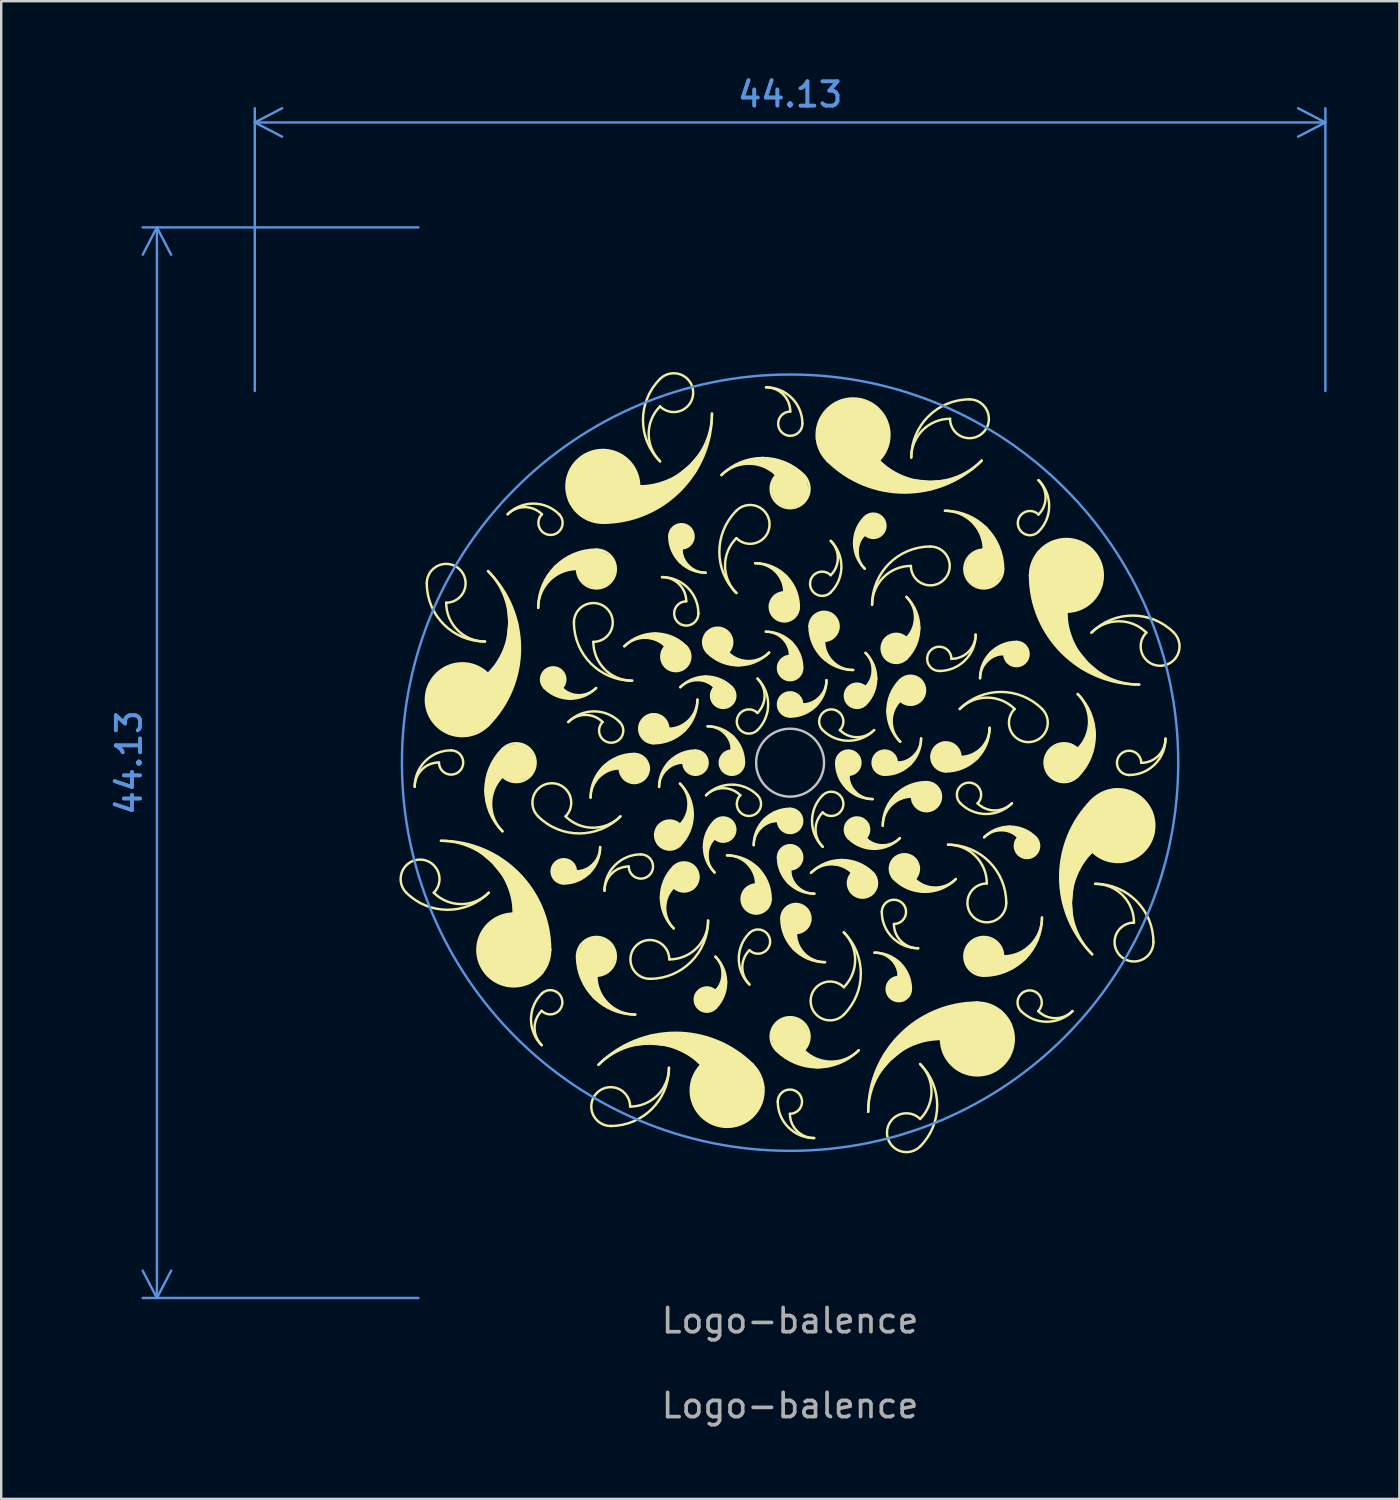
<source format=kicad_pcb>
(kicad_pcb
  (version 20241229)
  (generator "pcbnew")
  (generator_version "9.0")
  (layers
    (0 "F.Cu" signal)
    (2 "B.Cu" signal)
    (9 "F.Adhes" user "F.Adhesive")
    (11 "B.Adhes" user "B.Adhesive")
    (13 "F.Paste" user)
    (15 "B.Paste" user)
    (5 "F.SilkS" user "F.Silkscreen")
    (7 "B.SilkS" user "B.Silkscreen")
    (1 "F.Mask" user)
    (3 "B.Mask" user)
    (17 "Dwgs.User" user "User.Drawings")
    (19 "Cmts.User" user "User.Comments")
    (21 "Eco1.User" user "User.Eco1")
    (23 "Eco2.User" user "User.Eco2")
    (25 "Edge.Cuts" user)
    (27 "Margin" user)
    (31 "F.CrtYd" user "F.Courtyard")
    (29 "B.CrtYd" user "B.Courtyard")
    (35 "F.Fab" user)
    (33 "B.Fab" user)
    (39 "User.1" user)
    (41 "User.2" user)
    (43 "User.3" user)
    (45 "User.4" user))
  (footprint "Logo-balence"
    (layer "F.Cu")
    (at 29.518 28.388)
    (property "Reference" "Logo-balence" (at 0 23 0) (unlocked yes) (layer "F.Fab") (effects (font (size 1 1) (thickness 0.15))))
    (attr smd)
    (fp_arc (start -15.817978 5.360838) (mid -15.252293 3.995154) (end -14.686608 5.360838) (stroke (width 0.1) (type default)) (layer "F.SilkS"))
    (fp_arc (start -15.473553 0.992447) (mid -15.18066 0.28534) (end -14.473553 -0.007553) (stroke (width 0.1) (type default)) (layer "F.SilkS"))
    (fp_arc (start -15.473553 0.992447) (mid -15.034213 -0.068213) (end -13.973553 -0.507553) (stroke (width 0.1) (type default)) (layer "F.SilkS"))
    (fp_arc (start -14.975685 -7.394315) (mid -13.61 -7.96) (end -14.175685 -6.594315) (stroke (width 0.1) (type default)) (layer "F.SilkS"))
    (fp_arc (start -14.39 3.22) (mid -12.26868 4.09868) (end -11.39 6.22) (stroke (width 0.1) (type default)) (layer "F.SilkS"))
    (fp_arc (start -14.39 3.22) (mid -11.208019 4.538019) (end -9.89 7.72) (stroke (width 0.1) (type default)) (layer "F.SilkS"))
    (fp_arc (start -13.973553 -0.507553) (mid -13.62 0.346) (end -14.473553 -0.007553) (stroke (width 0.1) (type default)) (layer "F.SilkS"))
    (fp_arc (start -12.575685 -4.994315) (mid -14.272741 -5.697259) (end -14.975685 -7.394315) (stroke (width 0.1) (type default)) (layer "F.SilkS"))
    (fp_arc (start -12.575685 -4.994314) (mid -13.707057 -5.462943) (end -14.175686 -6.594315) (stroke (width 0.1) (type default)) (layer "F.SilkS"))
    (fp_arc (start -12.452151 -7.898382) (mid -11.573471 -5.777062) (end -12.452151 -3.655742) (stroke (width 0.1) (type default)) (layer "F.SilkS"))
    (fp_arc (start -12.452151 -1.534422) (mid -15.012811 -2.595081) (end -12.452152 -3.655743) (stroke (width 0.1) (type default)) (layer "F.SilkS"))
    (fp_arc (start -12.45215 -7.898383) (mid -11.13413 -4.716402) (end -12.45215 -1.534421) (stroke (width 0.1) (type default)) (layer "F.SilkS"))
    (fp_arc (start -12.423866 5.360838) (mid -14.120922 6.063782) (end -15.817978 5.360838) (stroke (width 0.1) (type default)) (layer "F.SilkS"))
    (fp_arc (start -12.423865 5.360839) (mid -13.555237 5.829469) (end -14.686609 5.360839) (stroke (width 0.1) (type default)) (layer "F.SilkS"))
    (fp_arc (start -11.855685 2.828428) (mid -12.324315 1.697056) (end -11.855685 0.565684) (stroke (width 0.1) (type default)) (layer "F.SilkS"))
    (fp_arc (start -11.855684 -0.565685) (mid -10.49 0) (end -11.855684 0.565685) (stroke (width 0.1) (type default)) (layer "F.SilkS"))
    (fp_arc (start -11.855684 2.828427) (mid -12.558628 1.131371) (end -11.855684 -0.565685) (stroke (width 0.1) (type default)) (layer "F.SilkS"))
    (fp_arc (start -11.64322 -10.239689) (mid -10.58256 -10.679028) (end -9.5219 -10.239689) (stroke (width 0.1) (type default)) (layer "F.SilkS"))
    (fp_arc (start -11.64322 -10.239688) (mid -10.936113 -10.532582) (end -10.229006 -10.239688) (stroke (width 0.1) (type default)) (layer "F.SilkS"))
    (fp_arc (start -10.387398 2.213244) (mid -9.821713 0.84756) (end -9.256028 2.213244) (stroke (width 0.1) (type default)) (layer "F.SilkS"))
    (fp_arc (start -10.383236 -6.383234) (mid -9.914607 -7.514607) (end -8.783234 -7.983236) (stroke (width 0.1) (type default)) (layer "F.SilkS"))
    (fp_arc (start -10.383235 -6.383234) (mid -9.680292 -8.080291) (end -7.983235 -8.783234) (stroke (width 0.1) (type default)) (layer "F.SilkS"))
    (fp_arc (start -10.239689 11.64322) (mid -10.679028 10.58256) (end -10.239689 9.5219) (stroke (width 0.1) (type default)) (layer "F.SilkS"))
    (fp_arc (start -10.239688 9.5219) (mid -9.386136 9.875453) (end -10.239688 10.229006) (stroke (width 0.1) (type default)) (layer "F.SilkS"))
    (fp_arc (start -10.239688 11.64322) (mid -10.532582 10.936113) (end -10.239688 10.229006) (stroke (width 0.1) (type default)) (layer "F.SilkS"))
    (fp_arc (start -10.118625 -3.076474) (mid -9.765072 -3.930026) (end -9.411519 -3.076474) (stroke (width 0.1) (type default)) (layer "F.SilkS"))
    (fp_arc (start -9.89 7.72) (mid -12.45066 8.780661) (end -11.390001 6.22) (stroke (width 0.1) (type default)) (layer "F.SilkS"))
    (fp_arc (start -9.5219 -10.239688) (mid -9.875453 -9.386136) (end -10.229006 -10.239688) (stroke (width 0.1) (type default)) (layer "F.SilkS"))
    (fp_arc (start -9.330344 4.979553) (mid -9.683897 4.126) (end -8.830344 4.479553) (stroke (width 0.1) (type default)) (layer "F.SilkS"))
    (fp_arc (start -9.142891 -1.675843) (mid -8.435784 -1.968736) (end -7.728677 -1.675843) (stroke (width 0.1) (type default)) (layer "F.SilkS"))
    (fp_arc (start -9.142891 -1.675843) (mid -8.082231 -2.115182) (end -7.021571 -1.675843) (stroke (width 0.1) (type default)) (layer "F.SilkS"))
    (fp_arc (start -8.91 -5.78) (mid -7.544315 -6.345685) (end -8.11 -4.98) (stroke (width 0.1) (type default)) (layer "F.SilkS"))
    (fp_arc (start -8.783234 7.983235) (mid -7.41755 7.41755) (end -7.983235 8.783234) (stroke (width 0.1) (type default)) (layer "F.SilkS"))
    (fp_arc (start -8.223251 1.438873) (mid -7.696043 0.166081) (end -6.423251 -0.361127) (stroke (width 0.1) (type default)) (layer "F.SilkS"))
    (fp_arc (start -8.22325 1.438873) (mid -7.871778 0.590345) (end -7.02325 0.238873) (stroke (width 0.1) (type default)) (layer "F.SilkS"))
    (fp_arc (start -7.997305 -3.076474) (mid -8.704412 -2.783581) (end -9.411519 -3.076474) (stroke (width 0.1) (type default)) (layer "F.SilkS"))
    (fp_arc (start -7.997305 -3.076473) (mid -9.057965 -2.637134) (end -10.118625 -3.076473) (stroke (width 0.1) (type default)) (layer "F.SilkS"))
    (fp_arc (start -7.983235 -8.783234) (mid -7.41755 -7.41755) (end -8.783234 -7.983235) (stroke (width 0.1) (type default)) (layer "F.SilkS"))
    (fp_arc (start -7.898383 12.45215) (mid -4.716402 11.13413) (end -1.534421 12.45215) (stroke (width 0.1) (type default)) (layer "F.SilkS"))
    (fp_arc (start -7.898382 12.452151) (mid -5.777062 11.573471) (end -3.655742 12.452151) (stroke (width 0.1) (type default)) (layer "F.SilkS"))
    (fp_arc (start -7.830344 3.479553) (mid -8.269684 4.540213) (end -9.330344 4.979553) (stroke (width 0.1) (type default)) (layer "F.SilkS"))
    (fp_arc (start -7.830344 3.479553) (mid -8.123237 4.18666) (end -8.830344 4.479553) (stroke (width 0.1) (type default)) (layer "F.SilkS"))
    (fp_arc (start -7.72 -9.89) (mid -8.780661 -12.45066) (end -6.22 -11.390001) (stroke (width 0.1) (type default)) (layer "F.SilkS"))
    (fp_arc (start -7.65 5.28) (mid -7.357107 4.572893) (end -6.65 4.28) (stroke (width 0.1) (type default)) (layer "F.SilkS"))
    (fp_arc (start -7.65 5.28) (mid -7.21066 4.21934) (end -6.15 3.78) (stroke (width 0.1) (type default)) (layer "F.SilkS"))
    (fp_arc (start -7.394315 14.975685) (mid -7.96 13.61) (end -6.594315 14.175685) (stroke (width 0.1) (type default)) (layer "F.SilkS"))
    (fp_arc (start -7.021571 -1.675843) (mid -7.375124 -0.822291) (end -7.728677 -1.675843) (stroke (width 0.1) (type default)) (layer "F.SilkS"))
    (fp_arc (start -6.993286 2.213244) (mid -8.690342 2.916188) (end -10.387398 2.213244) (stroke (width 0.1) (type default)) (layer "F.SilkS"))
    (fp_arc (start -6.993285 2.213245) (mid -8.124657 2.681875) (end -9.256029 2.213245) (stroke (width 0.1) (type default)) (layer "F.SilkS"))
    (fp_arc (start -6.832153 -4.79728) (mid -5.559361 -5.324487) (end -4.286569 -4.79728) (stroke (width 0.1) (type default)) (layer "F.SilkS"))
    (fp_arc (start -6.832153 -4.797279) (mid -5.983625 -5.148751) (end -5.135097 -4.797279) (stroke (width 0.1) (type default)) (layer "F.SilkS"))
    (fp_arc (start -6.51 -3.38) (mid -8.207056 -4.082944) (end -8.91 -5.78) (stroke (width 0.1) (type default)) (layer "F.SilkS"))
    (fp_arc (start -6.51 -3.379999) (mid -7.641372 -3.848628) (end -8.110001 -4.98) (stroke (width 0.1) (type default)) (layer "F.SilkS"))
    (fp_arc (start -6.42325 -0.361127) (mid -5.998986 0.663137) (end -7.02325 0.238873) (stroke (width 0.1) (type default)) (layer "F.SilkS"))
    (fp_arc (start -6.383234 10.383235) (mid -8.080291 9.680292) (end -8.783234 7.983235) (stroke (width 0.1) (type default)) (layer "F.SilkS"))
    (fp_arc (start -6.383234 10.383236) (mid -7.514607 9.914607) (end -7.983236 8.783234) (stroke (width 0.1) (type default)) (layer "F.SilkS"))
    (fp_arc (start -6.15 3.78) (mid -5.796447 4.633553) (end -6.65 4.28) (stroke (width 0.1) (type default)) (layer "F.SilkS"))
    (fp_arc (start -5.78 8.91) (mid -6.345685 7.544315) (end -4.98 8.11) (stroke (width 0.1) (type default)) (layer "F.SilkS"))
    (fp_arc (start -5.62 -0.8) (mid -6.044264 -1.824264) (end -5.02 -1.4) (stroke (width 0.1) (type default)) (layer "F.SilkS"))
    (fp_arc (start -5.4 1) (mid -5.107107 0.292893) (end -4.4 0) (stroke (width 0.1) (type default)) (layer "F.SilkS"))
    (fp_arc (start -5.4 1) (mid -4.96066 -0.06066) (end -3.9 -0.5) (stroke (width 0.1) (type default)) (layer "F.SilkS"))
    (fp_arc (start -5.360839 -12.423865) (mid -5.829469 -13.555237) (end -5.360839 -14.686609) (stroke (width 0.1) (type default)) (layer "F.SilkS"))
    (fp_arc (start -5.360838 -15.817978) (mid -3.995154 -15.252293) (end -5.360838 -14.686608) (stroke (width 0.1) (type default)) (layer "F.SilkS"))
    (fp_arc (start -5.360838 -12.423866) (mid -6.063782 -14.120922) (end -5.360838 -15.817978) (stroke (width 0.1) (type default)) (layer "F.SilkS"))
    (fp_arc (start -5.28 -7.65) (mid -4.572893 -7.357107) (end -4.28 -6.65) (stroke (width 0.1) (type default)) (layer "F.SilkS"))
    (fp_arc (start -5.28 -7.65) (mid -4.21934 -7.21066) (end -3.78 -6.15) (stroke (width 0.1) (type default)) (layer "F.SilkS"))
    (fp_arc (start -4.994315 12.575685) (mid -5.697259 14.272741) (end -7.394315 14.975685) (stroke (width 0.1) (type default)) (layer "F.SilkS"))
    (fp_arc (start -4.994314 12.575685) (mid -5.462943 13.707057) (end -6.594315 14.175686) (stroke (width 0.1) (type default)) (layer "F.SilkS"))
    (fp_arc (start -4.979553 -9.330344) (mid -4.126 -9.683897) (end -4.479553 -8.830344) (stroke (width 0.1) (type default)) (layer "F.SilkS"))
    (fp_arc (start -4.79728 6.832153) (mid -5.324487 5.559361) (end -4.79728 4.286569) (stroke (width 0.1) (type default)) (layer "F.SilkS"))
    (fp_arc (start -4.797279 4.286568) (mid -3.773015 4.710832) (end -4.797279 5.135096) (stroke (width 0.1) (type default)) (layer "F.SilkS"))
    (fp_arc (start -4.797279 6.832153) (mid -5.148751 5.983625) (end -4.797279 5.135097) (stroke (width 0.1) (type default)) (layer "F.SilkS"))
    (fp_arc (start -4.539626 0.86267) (mid -4.188154 1.711198) (end -4.539626 2.559726) (stroke (width 0.1) (type default)) (layer "F.SilkS"))
    (fp_arc (start -4.539626 3.408255) (mid -5.56389 2.983991) (end -4.539626 2.559727) (stroke (width 0.1) (type default)) (layer "F.SilkS"))
    (fp_arc (start -4.539625 0.86267) (mid -4.012418 2.135462) (end -4.539625 3.408254) (stroke (width 0.1) (type default)) (layer "F.SilkS"))
    (fp_arc (start -4.525484 -3.11127) (mid -3.818377 -3.404163) (end -3.11127 -3.11127) (stroke (width 0.1) (type default)) (layer "F.SilkS"))
    (fp_arc (start -4.525483 -3.11127) (mid -3.464823 -3.55061) (end -2.404163 -3.11127) (stroke (width 0.1) (type default)) (layer "F.SilkS"))
    (fp_arc (start -4.286568 -4.797279) (mid -4.710832 -3.773015) (end -5.135096 -4.797279) (stroke (width 0.1) (type default)) (layer "F.SilkS"))
    (fp_arc (start -3.9 -0.5) (mid -3.546447 0.353553) (end -4.4 0) (stroke (width 0.1) (type default)) (layer "F.SilkS"))
    (fp_arc (start -3.82 -2.6) (mid -4.347208 -1.327208) (end -5.62 -0.8) (stroke (width 0.1) (type default)) (layer "F.SilkS"))
    (fp_arc (start -3.82 -2.6) (mid -4.171472 -1.751472) (end -5.02 -1.4) (stroke (width 0.1) (type default)) (layer "F.SilkS"))
    (fp_arc (start -3.78 -6.15) (mid -4.633553 -5.796447) (end -4.28 -6.65) (stroke (width 0.1) (type default)) (layer "F.SilkS"))
    (fp_arc (start -3.479553 -7.830344) (mid -4.540213 -8.269684) (end -4.979553 -9.330344) (stroke (width 0.1) (type default)) (layer "F.SilkS"))
    (fp_arc (start -3.479553 -7.830344) (mid -4.18666 -8.123237) (end -4.479553 -8.830344) (stroke (width 0.1) (type default)) (layer "F.SilkS"))
    (fp_arc (start -3.464823 1.343503) (mid -2.757716 1.05061) (end -2.050609 1.343503) (stroke (width 0.1) (type default)) (layer "F.SilkS"))
    (fp_arc (start -3.464823 1.343503) (mid -2.404163 0.904163) (end -1.343503 1.343503) (stroke (width 0.1) (type default)) (layer "F.SilkS"))
    (fp_arc (start -3.408255 -4.539626) (mid -2.983991 -5.56389) (end -2.559727 -4.539626) (stroke (width 0.1) (type default)) (layer "F.SilkS"))
    (fp_arc (start -3.4 -1.5) (mid -2.692893 -1.207107) (end -2.4 -0.5) (stroke (width 0.1) (type default)) (layer "F.SilkS"))
    (fp_arc (start -3.4 -1.5) (mid -2.33934 -1.06066) (end -1.9 0) (stroke (width 0.1) (type default)) (layer "F.SilkS"))
    (fp_arc (start -3.38 6.51) (mid -4.082944 8.207056) (end -5.78 8.91) (stroke (width 0.1) (type default)) (layer "F.SilkS"))
    (fp_arc (start -3.379999 6.51) (mid -3.848628 7.641372) (end -4.98 8.110001) (stroke (width 0.1) (type default)) (layer "F.SilkS"))
    (fp_arc (start -3.22 -14.39) (mid -4.538019 -11.208019) (end -7.72 -9.89) (stroke (width 0.1) (type default)) (layer "F.SilkS"))
    (fp_arc (start -3.22 -14.39) (mid -4.09868 -12.26868) (end -6.22 -11.39) (stroke (width 0.1) (type default)) (layer "F.SilkS"))
    (fp_arc (start -3.11127 4.525483) (mid -3.55061 3.464823) (end -3.11127 2.404163) (stroke (width 0.1) (type default)) (layer "F.SilkS"))
    (fp_arc (start -3.11127 4.525484) (mid -3.404163 3.818377) (end -3.11127 3.11127) (stroke (width 0.1) (type default)) (layer "F.SilkS"))
    (fp_arc (start -3.111269 2.404163) (mid -2.257717 2.757716) (end -3.111269 3.111269) (stroke (width 0.1) (type default)) (layer "F.SilkS"))
    (fp_arc (start -3.076474 7.997305) (mid -2.783581 8.704412) (end -3.076474 9.411519) (stroke (width 0.1) (type default)) (layer "F.SilkS"))
    (fp_arc (start -3.076474 10.118625) (mid -3.930026 9.765072) (end -3.076474 9.411519) (stroke (width 0.1) (type default)) (layer "F.SilkS"))
    (fp_arc (start -3.076473 7.997305) (mid -2.637134 9.057965) (end -3.076473 10.118625) (stroke (width 0.1) (type default)) (layer "F.SilkS"))
    (fp_arc (start -2.828428 -11.855685) (mid -1.697056 -12.324315) (end -0.565684 -11.855685) (stroke (width 0.1) (type default)) (layer "F.SilkS"))
    (fp_arc (start -2.828427 -11.855684) (mid -1.131371 -12.558628) (end 0.565685 -11.855684) (stroke (width 0.1) (type default)) (layer "F.SilkS"))
    (fp_arc (start -2.6 3.82) (mid -1.751472 4.171472) (end -1.4 5.02) (stroke (width 0.1) (type default)) (layer "F.SilkS"))
    (fp_arc (start -2.6 3.82) (mid -1.327208 4.347208) (end -0.8 5.62) (stroke (width 0.1) (type default)) (layer "F.SilkS"))
    (fp_arc (start -2.404163 -3.111269) (mid -2.757716 -2.257717) (end -3.111269 -3.111269) (stroke (width 0.1) (type default)) (layer "F.SilkS"))
    (fp_arc (start -2.213245 -6.993285) (mid -2.681875 -8.124657) (end -2.213245 -9.256029) (stroke (width 0.1) (type default)) (layer "F.SilkS"))
    (fp_arc (start -2.213244 -10.387398) (mid -0.84756 -9.821713) (end -2.213244 -9.256028) (stroke (width 0.1) (type default)) (layer "F.SilkS"))
    (fp_arc (start -2.213244 -6.993286) (mid -2.916188 -8.690342) (end -2.213244 -10.387398) (stroke (width 0.1) (type default)) (layer "F.SilkS"))
    (fp_arc (start -1.9 0) (mid -2.753553 0.353553) (end -2.4 -0.5) (stroke (width 0.1) (type default)) (layer "F.SilkS"))
    (fp_arc (start -1.675843 7.021571) (mid -0.822291 7.375124) (end -1.675843 7.728677) (stroke (width 0.1) (type default)) (layer "F.SilkS"))
    (fp_arc (start -1.675843 9.142891) (mid -2.115182 8.082231) (end -1.675843 7.021571) (stroke (width 0.1) (type default)) (layer "F.SilkS"))
    (fp_arc (start -1.675843 9.142891) (mid -1.968736 8.435784) (end -1.675843 7.728677) (stroke (width 0.1) (type default)) (layer "F.SilkS"))
    (fp_arc (start -1.534422 12.452151) (mid -2.595081 15.012811) (end -3.655743 12.452152) (stroke (width 0.1) (type default)) (layer "F.SilkS"))
    (fp_arc (start -1.5 3.4) (mid -1.207107 2.692893) (end -0.5 2.4) (stroke (width 0.1) (type default)) (layer "F.SilkS"))
    (fp_arc (start -1.5 3.4) (mid -1.06066 2.33934) (end 0 1.9) (stroke (width 0.1) (type default)) (layer "F.SilkS"))
    (fp_arc (start -1.438873 -8.223251) (mid -0.166081 -7.696043) (end 0.361127 -6.423251) (stroke (width 0.1) (type default)) (layer "F.SilkS"))
    (fp_arc (start -1.438873 -8.22325) (mid -0.590345 -7.871778) (end -0.238873 -7.02325) (stroke (width 0.1) (type default)) (layer "F.SilkS"))
    (fp_arc (start -1.343503 -3.464823) (mid -1.05061 -2.757716) (end -1.343503 -2.050609) (stroke (width 0.1) (type default)) (layer "F.SilkS"))
    (fp_arc (start -1.343503 -3.464823) (mid -0.904163 -2.404163) (end -1.343503 -1.343503) (stroke (width 0.1) (type default)) (layer "F.SilkS"))
    (fp_arc (start -1.343503 -1.343503) (mid -2.197055 -1.697056) (end -1.343503 -2.050609) (stroke (width 0.1) (type default)) (layer "F.SilkS"))
    (fp_arc (start -1.343503 1.343503) (mid -1.697056 2.197055) (end -2.050609 1.343503) (stroke (width 0.1) (type default)) (layer "F.SilkS"))
    (fp_arc (start -1 -5.4) (mid -0.292893 -5.107107) (end 0 -4.4) (stroke (width 0.1) (type default)) (layer "F.SilkS"))
    (fp_arc (start -1 -5.4) (mid 0.06066 -4.96066) (end 0.5 -3.9) (stroke (width 0.1) (type default)) (layer "F.SilkS"))
    (fp_arc (start -0.992447 -15.473553) (mid -0.28534 -15.18066) (end 0.007553 -14.473553) (stroke (width 0.1) (type default)) (layer "F.SilkS"))
    (fp_arc (start -0.992447 -15.473553) (mid 0.068213 -15.034213) (end 0.507553 -13.973553) (stroke (width 0.1) (type default)) (layer "F.SilkS"))
    (fp_arc (start -0.86267 -4.539626) (mid -1.711198 -4.188154) (end -2.559726 -4.539626) (stroke (width 0.1) (type default)) (layer "F.SilkS"))
    (fp_arc (start -0.86267 -4.539625) (mid -2.135462 -4.012418) (end -3.408254 -4.539625) (stroke (width 0.1) (type default)) (layer "F.SilkS"))
    (fp_arc (start -0.8 5.62) (mid -1.824264 6.044264) (end -1.4 5.02) (stroke (width 0.1) (type default)) (layer "F.SilkS"))
    (fp_arc (start -0.565685 11.855684) (mid 0 10.49) (end 0.565685 11.855684) (stroke (width 0.1) (type default)) (layer "F.SilkS"))
    (fp_arc (start -0.507553 13.973553) (mid 0.346 13.62) (end -0.007553 14.473553) (stroke (width 0.1) (type default)) (layer "F.SilkS"))
    (fp_arc (start -0.5 3.9) (mid 0.353553 3.546447) (end 0 4.4) (stroke (width 0.1) (type default)) (layer "F.SilkS"))
    (fp_arc (start -0.361127 6.42325) (mid 0.663137 5.998986) (end 0.238873 7.02325) (stroke (width 0.1) (type default)) (layer "F.SilkS"))
    (fp_arc (start 0 -1.9) (mid -0.353553 -2.753553) (end 0.5 -2.4) (stroke (width 0.1) (type default)) (layer "F.SilkS"))
    (fp_arc (start 0 1.9) (mid 0.353553 2.753553) (end -0.5 2.4) (stroke (width 0.1) (type default)) (layer "F.SilkS"))
    (fp_arc (start 0.361127 -6.42325) (mid -0.663137 -5.998986) (end -0.238873 -7.02325) (stroke (width 0.1) (type default)) (layer "F.SilkS"))
    (fp_arc (start 0.5 -3.9) (mid -0.353553 -3.546447) (end 0 -4.4) (stroke (width 0.1) (type default)) (layer "F.SilkS"))
    (fp_arc (start 0.507553 -13.973553) (mid -0.346 -13.62) (end 0.007553 -14.473553) (stroke (width 0.1) (type default)) (layer "F.SilkS"))
    (fp_arc (start 0.565685 -11.855684) (mid 0 -10.49) (end -0.565685 -11.855684) (stroke (width 0.1) (type default)) (layer "F.SilkS"))
    (fp_arc (start 0.8 -5.62) (mid 1.824264 -6.044264) (end 1.4 -5.02) (stroke (width 0.1) (type default)) (layer "F.SilkS"))
    (fp_arc (start 0.86267 4.539625) (mid 2.135462 4.012418) (end 3.408254 4.539625) (stroke (width 0.1) (type default)) (layer "F.SilkS"))
    (fp_arc (start 0.86267 4.539626) (mid 1.711198 4.188154) (end 2.559726 4.539626) (stroke (width 0.1) (type default)) (layer "F.SilkS"))
    (fp_arc (start 0.992447 15.473553) (mid -0.068213 15.034213) (end -0.507553 13.973553) (stroke (width 0.1) (type default)) (layer "F.SilkS"))
    (fp_arc (start 0.992447 15.473553) (mid 0.28534 15.18066) (end -0.007553 14.473553) (stroke (width 0.1) (type default)) (layer "F.SilkS"))
    (fp_arc (start 1 5.4) (mid -0.06066 4.96066) (end -0.5 3.9) (stroke (width 0.1) (type default)) (layer "F.SilkS"))
    (fp_arc (start 1 5.4) (mid 0.292893 5.107107) (end 0 4.4) (stroke (width 0.1) (type default)) (layer "F.SilkS"))
    (fp_arc (start 1.343503 -1.343503) (mid 1.697056 -2.197055) (end 2.050609 -1.343503) (stroke (width 0.1) (type default)) (layer "F.SilkS"))
    (fp_arc (start 1.343503 1.343503) (mid 2.197055 1.697056) (end 1.343503 2.050609) (stroke (width 0.1) (type default)) (layer "F.SilkS"))
    (fp_arc (start 1.343503 3.464823) (mid 0.904163 2.404163) (end 1.343503 1.343503) (stroke (width 0.1) (type default)) (layer "F.SilkS"))
    (fp_arc (start 1.343503 3.464823) (mid 1.05061 2.757716) (end 1.343503 2.050609) (stroke (width 0.1) (type default)) (layer "F.SilkS"))
    (fp_arc (start 1.438873 8.22325) (mid 0.590345 7.871778) (end 0.238873 7.02325) (stroke (width 0.1) (type default)) (layer "F.SilkS"))
    (fp_arc (start 1.438873 8.223251) (mid 0.166081 7.696043) (end -0.361127 6.423251) (stroke (width 0.1) (type default)) (layer "F.SilkS"))
    (fp_arc (start 1.5 -3.4) (mid 1.06066 -2.33934) (end 0 -1.9) (stroke (width 0.1) (type default)) (layer "F.SilkS"))
    (fp_arc (start 1.5 -3.4) (mid 1.207107 -2.692893) (end 0.5 -2.4) (stroke (width 0.1) (type default)) (layer "F.SilkS"))
    (fp_arc (start 1.534422 -12.452151) (mid 2.595081 -15.012811) (end 3.655743 -12.452152) (stroke (width 0.1) (type default)) (layer "F.SilkS"))
    (fp_arc (start 1.675843 -9.142891) (mid 1.968736 -8.435784) (end 1.675843 -7.728677) (stroke (width 0.1) (type default)) (layer "F.SilkS"))
    (fp_arc (start 1.675843 -9.142891) (mid 2.115182 -8.082231) (end 1.675843 -7.021571) (stroke (width 0.1) (type default)) (layer "F.SilkS"))
    (fp_arc (start 1.675843 -7.021571) (mid 0.822291 -7.375124) (end 1.675843 -7.728677) (stroke (width 0.1) (type default)) (layer "F.SilkS"))
    (fp_arc (start 1.9 0) (mid 2.753553 -0.353553) (end 2.4 0.5) (stroke (width 0.1) (type default)) (layer "F.SilkS"))
    (fp_arc (start 2.213244 6.993286) (mid 2.916188 8.690342) (end 2.213244 10.387398) (stroke (width 0.1) (type default)) (layer "F.SilkS"))
    (fp_arc (start 2.213244 10.387398) (mid 0.84756 9.821713) (end 2.213244 9.256028) (stroke (width 0.1) (type default)) (layer "F.SilkS"))
    (fp_arc (start 2.213245 6.993285) (mid 2.681875 8.124657) (end 2.213245 9.256029) (stroke (width 0.1) (type default)) (layer "F.SilkS"))
    (fp_arc (start 2.404163 3.111269) (mid 2.757716 2.257717) (end 3.111269 3.111269) (stroke (width 0.1) (type default)) (layer "F.SilkS"))
    (fp_arc (start 2.6 -3.82) (mid 1.327208 -4.347208) (end 0.8 -5.62) (stroke (width 0.1) (type default)) (layer "F.SilkS"))
    (fp_arc (start 2.6 -3.82) (mid 1.751472 -4.171472) (end 1.4 -5.02) (stroke (width 0.1) (type default)) (layer "F.SilkS"))
    (fp_arc (start 2.828427 11.855684) (mid 1.131371 12.558628) (end -0.565685 11.855684) (stroke (width 0.1) (type default)) (layer "F.SilkS"))
    (fp_arc (start 2.828428 11.855685) (mid 1.697056 12.324315) (end 0.565684 11.855685) (stroke (width 0.1) (type default)) (layer "F.SilkS"))
    (fp_arc (start 3.076473 -7.997305) (mid 2.637134 -9.057965) (end 3.076473 -10.118625) (stroke (width 0.1) (type default)) (layer "F.SilkS"))
    (fp_arc (start 3.076474 -10.118625) (mid 3.930026 -9.765072) (end 3.076474 -9.411519) (stroke (width 0.1) (type default)) (layer "F.SilkS"))
    (fp_arc (start 3.076474 -7.997305) (mid 2.783581 -8.704412) (end 3.076474 -9.411519) (stroke (width 0.1) (type default)) (layer "F.SilkS"))
    (fp_arc (start 3.111269 -2.404163) (mid 2.257717 -2.757716) (end 3.111269 -3.111269) (stroke (width 0.1) (type default)) (layer "F.SilkS"))
    (fp_arc (start 3.11127 -4.525484) (mid 3.404163 -3.818377) (end 3.11127 -3.11127) (stroke (width 0.1) (type default)) (layer "F.SilkS"))
    (fp_arc (start 3.11127 -4.525483) (mid 3.55061 -3.464823) (end 3.11127 -2.404163) (stroke (width 0.1) (type default)) (layer "F.SilkS"))
    (fp_arc (start 3.22 14.39) (mid 4.09868 12.26868) (end 6.22 11.39) (stroke (width 0.1) (type default)) (layer "F.SilkS"))
    (fp_arc (start 3.22 14.39) (mid 4.538019 11.208019) (end 7.72 9.89) (stroke (width 0.1) (type default)) (layer "F.SilkS"))
    (fp_arc (start 3.379999 -6.51) (mid 3.848628 -7.641372) (end 4.98 -8.110001) (stroke (width 0.1) (type default)) (layer "F.SilkS"))
    (fp_arc (start 3.38 -6.51) (mid 4.082944 -8.207056) (end 5.78 -8.91) (stroke (width 0.1) (type default)) (layer "F.SilkS"))
    (fp_arc (start 3.4 1.5) (mid 2.33934 1.06066) (end 1.9 0) (stroke (width 0.1) (type default)) (layer "F.SilkS"))
    (fp_arc (start 3.4 1.5) (mid 2.692893 1.207107) (end 2.4 0.5) (stroke (width 0.1) (type default)) (layer "F.SilkS"))
    (fp_arc (start 3.408255 4.539626) (mid 2.983991 5.56389) (end 2.559727 4.539626) (stroke (width 0.1) (type default)) (layer "F.SilkS"))
    (fp_arc (start 3.464823 -1.343503) (mid 2.404163 -0.904163) (end 1.343503 -1.343503) (stroke (width 0.1) (type default)) (layer "F.SilkS"))
    (fp_arc (start 3.464823 -1.343503) (mid 2.757716 -1.05061) (end 2.050609 -1.343503) (stroke (width 0.1) (type default)) (layer "F.SilkS"))
    (fp_arc (start 3.479553 7.830344) (mid 4.18666 8.123237) (end 4.479553 8.830344) (stroke (width 0.1) (type default)) (layer "F.SilkS"))
    (fp_arc (start 3.479553 7.830344) (mid 4.540213 8.269684) (end 4.979553 9.330344) (stroke (width 0.1) (type default)) (layer "F.SilkS"))
    (fp_arc (start 3.78 6.15) (mid 4.633553 5.796447) (end 4.28 6.65) (stroke (width 0.1) (type default)) (layer "F.SilkS"))
    (fp_arc (start 3.82 2.6) (mid 4.171472 1.751472) (end 5.02 1.4) (stroke (width 0.1) (type default)) (layer "F.SilkS"))
    (fp_arc (start 3.82 2.6) (mid 4.347208 1.327208) (end 5.62 0.8) (stroke (width 0.1) (type default)) (layer "F.SilkS"))
    (fp_arc (start 3.9 0.5) (mid 3.546447 -0.353553) (end 4.4 0) (stroke (width 0.1) (type default)) (layer "F.SilkS"))
    (fp_arc (start 4.286568 4.797279) (mid 4.710832 3.773015) (end 5.135096 4.797279) (stroke (width 0.1) (type default)) (layer "F.SilkS"))
    (fp_arc (start 4.525483 3.11127) (mid 3.464823 3.55061) (end 2.404163 3.11127) (stroke (width 0.1) (type default)) (layer "F.SilkS"))
    (fp_arc (start 4.525484 3.11127) (mid 3.818377 3.404163) (end 3.11127 3.11127) (stroke (width 0.1) (type default)) (layer "F.SilkS"))
    (fp_arc (start 4.539625 -0.86267) (mid 4.012418 -2.135462) (end 4.539625 -3.408254) (stroke (width 0.1) (type default)) (layer "F.SilkS"))
    (fp_arc (start 4.539626 -3.408255) (mid 5.56389 -2.983991) (end 4.539626 -2.559727) (stroke (width 0.1) (type default)) (layer "F.SilkS"))
    (fp_arc (start 4.539626 -0.86267) (mid 4.188154 -1.711198) (end 4.539626 -2.559726) (stroke (width 0.1) (type default)) (layer "F.SilkS"))
    (fp_arc (start 4.797279 -6.832153) (mid 5.148751 -5.983625) (end 4.797279 -5.135097) (stroke (width 0.1) (type default)) (layer "F.SilkS"))
    (fp_arc (start 4.797279 -4.286568) (mid 3.773015 -4.710832) (end 4.797279 -5.135096) (stroke (width 0.1) (type default)) (layer "F.SilkS"))
    (fp_arc (start 4.79728 -6.832153) (mid 5.324487 -5.559361) (end 4.79728 -4.286569) (stroke (width 0.1) (type default)) (layer "F.SilkS"))
    (fp_arc (start 4.979553 9.330344) (mid 4.126 9.683897) (end 4.479553 8.830344) (stroke (width 0.1) (type default)) (layer "F.SilkS"))
    (fp_arc (start 4.994314 -12.575685) (mid 5.462943 -13.707057) (end 6.594315 -14.175686) (stroke (width 0.1) (type default)) (layer "F.SilkS"))
    (fp_arc (start 4.994315 -12.575685) (mid 5.697259 -14.272741) (end 7.394315 -14.975685) (stroke (width 0.1) (type default)) (layer "F.SilkS"))
    (fp_arc (start 5.28 7.65) (mid 4.21934 7.21066) (end 3.78 6.15) (stroke (width 0.1) (type default)) (layer "F.SilkS"))
    (fp_arc (start 5.28 7.65) (mid 4.572893 7.357107) (end 4.28 6.65) (stroke (width 0.1) (type default)) (layer "F.SilkS"))
    (fp_arc (start 5.360838 12.423866) (mid 6.063782 14.120922) (end 5.360838 15.817978) (stroke (width 0.1) (type default)) (layer "F.SilkS"))
    (fp_arc (start 5.360838 15.817978) (mid 3.995154 15.252293) (end 5.360838 14.686608) (stroke (width 0.1) (type default)) (layer "F.SilkS"))
    (fp_arc (start 5.360839 12.423865) (mid 5.829469 13.555237) (end 5.360839 14.686609) (stroke (width 0.1) (type default)) (layer "F.SilkS"))
    (fp_arc (start 5.4 -1) (mid 4.96066 0.06066) (end 3.9 0.5) (stroke (width 0.1) (type default)) (layer "F.SilkS"))
    (fp_arc (start 5.4 -1) (mid 5.107107 -0.292893) (end 4.4 0) (stroke (width 0.1) (type default)) (layer "F.SilkS"))
    (fp_arc (start 5.62 0.8) (mid 6.044264 1.824264) (end 5.02 1.4) (stroke (width 0.1) (type default)) (layer "F.SilkS"))
    (fp_arc (start 5.78 -8.91) (mid 6.345685 -7.544315) (end 4.98 -8.11) (stroke (width 0.1) (type default)) (layer "F.SilkS"))
    (fp_arc (start 6.15 -3.78) (mid 5.796447 -4.633553) (end 6.65 -4.28) (stroke (width 0.1) (type default)) (layer "F.SilkS"))
    (fp_arc (start 6.383234 -10.383236) (mid 7.514607 -9.914607) (end 7.983236 -8.783234) (stroke (width 0.1) (type default)) (layer "F.SilkS"))
    (fp_arc (start 6.383234 -10.383235) (mid 8.080291 -9.680292) (end 8.783234 -7.983235) (stroke (width 0.1) (type default)) (layer "F.SilkS"))
    (fp_arc (start 6.42325 0.361127) (mid 5.998986 -0.663137) (end 7.02325 -0.238873) (stroke (width 0.1) (type default)) (layer "F.SilkS"))
    (fp_arc (start 6.51 3.379999) (mid 7.641372 3.848628) (end 8.110001 4.98) (stroke (width 0.1) (type default)) (layer "F.SilkS"))
    (fp_arc (start 6.51 3.38) (mid 8.207056 4.082944) (end 8.91 5.78) (stroke (width 0.1) (type default)) (layer "F.SilkS"))
    (fp_arc (start 6.832153 4.797279) (mid 5.983625 5.148751) (end 5.135097 4.797279) (stroke (width 0.1) (type default)) (layer "F.SilkS"))
    (fp_arc (start 6.832153 4.79728) (mid 5.559361 5.324487) (end 4.286569 4.79728) (stroke (width 0.1) (type default)) (layer "F.SilkS"))
    (fp_arc (start 6.993285 -2.213245) (mid 8.124657 -2.681875) (end 9.256029 -2.213245) (stroke (width 0.1) (type default)) (layer "F.SilkS"))
    (fp_arc (start 6.993286 -2.213244) (mid 8.690342 -2.916188) (end 10.387398 -2.213244) (stroke (width 0.1) (type default)) (layer "F.SilkS"))
    (fp_arc (start 7.021571 1.675843) (mid 7.375124 0.822291) (end 7.728677 1.675843) (stroke (width 0.1) (type default)) (layer "F.SilkS"))
    (fp_arc (start 7.394315 -14.975685) (mid 7.96 -13.61) (end 6.594315 -14.175685) (stroke (width 0.1) (type default)) (layer "F.SilkS"))
    (fp_arc (start 7.65 -5.28) (mid 7.21066 -4.21934) (end 6.15 -3.78) (stroke (width 0.1) (type default)) (layer "F.SilkS"))
    (fp_arc (start 7.65 -5.28) (mid 7.357107 -4.572893) (end 6.65 -4.28) (stroke (width 0.1) (type default)) (layer "F.SilkS"))
    (fp_arc (start 7.72 9.89) (mid 8.780661 12.45066) (end 6.22 11.390001) (stroke (width 0.1) (type default)) (layer "F.SilkS"))
    (fp_arc (start 7.830344 -3.479553) (mid 8.123237 -4.18666) (end 8.830344 -4.479553) (stroke (width 0.1) (type default)) (layer "F.SilkS"))
    (fp_arc (start 7.830344 -3.479553) (mid 8.269684 -4.540213) (end 9.330344 -4.979553) (stroke (width 0.1) (type default)) (layer "F.SilkS"))
    (fp_arc (start 7.898382 -12.452151) (mid 5.777062 -11.573471) (end 3.655742 -12.452151) (stroke (width 0.1) (type default)) (layer "F.SilkS"))
    (fp_arc (start 7.898383 -12.45215) (mid 4.716402 -11.13413) (end 1.534421 -12.45215) (stroke (width 0.1) (type default)) (layer "F.SilkS"))
    (fp_arc (start 7.983235 8.783234) (mid 7.41755 7.41755) (end 8.783234 7.983235) (stroke (width 0.1) (type default)) (layer "F.SilkS"))
    (fp_arc (start 7.997305 3.076473) (mid 9.057965 2.637134) (end 10.118625 3.076473) (stroke (width 0.1) (type default)) (layer "F.SilkS"))
    (fp_arc (start 7.997305 3.076474) (mid 8.704412 2.783581) (end 9.411519 3.076474) (stroke (width 0.1) (type default)) (layer "F.SilkS"))
    (fp_arc (start 8.22325 -1.438873) (mid 7.871778 -0.590345) (end 7.02325 -0.238873) (stroke (width 0.1) (type default)) (layer "F.SilkS"))
    (fp_arc (start 8.223251 -1.438873) (mid 7.696043 -0.166081) (end 6.423251 0.361127) (stroke (width 0.1) (type default)) (layer "F.SilkS"))
    (fp_arc (start 8.783234 -7.983235) (mid 7.41755 -7.41755) (end 7.983235 -8.783234) (stroke (width 0.1) (type default)) (layer "F.SilkS"))
    (fp_arc (start 8.91 5.78) (mid 7.544315 6.345685) (end 8.11 4.98) (stroke (width 0.1) (type default)) (layer "F.SilkS"))
    (fp_arc (start 9.142891 1.675843) (mid 8.082231 2.115182) (end 7.021571 1.675843) (stroke (width 0.1) (type default)) (layer "F.SilkS"))
    (fp_arc (start 9.142891 1.675843) (mid 8.435784 1.968736) (end 7.728677 1.675843) (stroke (width 0.1) (type default)) (layer "F.SilkS"))
    (fp_arc (start 9.330344 -4.979553) (mid 9.683897 -4.126) (end 8.830344 -4.479553) (stroke (width 0.1) (type default)) (layer "F.SilkS"))
    (fp_arc (start 9.5219 10.239688) (mid 9.875453 9.386136) (end 10.229006 10.239688) (stroke (width 0.1) (type default)) (layer "F.SilkS"))
    (fp_arc (start 9.89 -7.72) (mid 12.45066 -8.780661) (end 11.390001 -6.22) (stroke (width 0.1) (type default)) (layer "F.SilkS"))
    (fp_arc (start 10.118625 3.076474) (mid 9.765072 3.930026) (end 9.411519 3.076474) (stroke (width 0.1) (type default)) (layer "F.SilkS"))
    (fp_arc (start 10.239688 -11.64322) (mid 10.532582 -10.936113) (end 10.239688 -10.229006) (stroke (width 0.1) (type default)) (layer "F.SilkS"))
    (fp_arc (start 10.239688 -9.5219) (mid 9.386136 -9.875453) (end 10.239688 -10.229006) (stroke (width 0.1) (type default)) (layer "F.SilkS"))
    (fp_arc (start 10.239689 -11.64322) (mid 10.679028 -10.58256) (end 10.239689 -9.5219) (stroke (width 0.1) (type default)) (layer "F.SilkS"))
    (fp_arc (start 10.383235 6.383234) (mid 9.680292 8.080291) (end 7.983235 8.783234) (stroke (width 0.1) (type default)) (layer "F.SilkS"))
    (fp_arc (start 10.383236 6.383234) (mid 9.914607 7.514607) (end 8.783234 7.983236) (stroke (width 0.1) (type default)) (layer "F.SilkS"))
    (fp_arc (start 10.387398 -2.213244) (mid 9.821713 -0.84756) (end 9.256028 -2.213244) (stroke (width 0.1) (type default)) (layer "F.SilkS"))
    (fp_arc (start 11.64322 10.239688) (mid 10.936113 10.532582) (end 10.229006 10.239688) (stroke (width 0.1) (type default)) (layer "F.SilkS"))
    (fp_arc (start 11.64322 10.239689) (mid 10.58256 10.679028) (end 9.5219 10.239689) (stroke (width 0.1) (type default)) (layer "F.SilkS"))
    (fp_arc (start 11.855684 -2.828427) (mid 12.558628 -1.131371) (end 11.855684 0.565685) (stroke (width 0.1) (type default)) (layer "F.SilkS"))
    (fp_arc (start 11.855684 0.565685) (mid 10.49 0) (end 11.855684 -0.565685) (stroke (width 0.1) (type default)) (layer "F.SilkS"))
    (fp_arc (start 11.855685 -2.828428) (mid 12.324315 -1.697056) (end 11.855685 -0.565684) (stroke (width 0.1) (type default)) (layer "F.SilkS"))
    (fp_arc (start 12.423865 -5.360839) (mid 13.555237 -5.829469) (end 14.686609 -5.360839) (stroke (width 0.1) (type default)) (layer "F.SilkS"))
    (fp_arc (start 12.423866 -5.360838) (mid 14.120922 -6.063782) (end 15.817978 -5.360838) (stroke (width 0.1) (type default)) (layer "F.SilkS"))
    (fp_arc (start 12.45215 7.898383) (mid 11.13413 4.716402) (end 12.45215 1.534421) (stroke (width 0.1) (type default)) (layer "F.SilkS"))
    (fp_arc (start 12.452151 1.534422) (mid 15.012811 2.595081) (end 12.452152 3.655743) (stroke (width 0.1) (type default)) (layer "F.SilkS"))
    (fp_arc (start 12.452151 7.898382) (mid 11.573471 5.777062) (end 12.452151 3.655742) (stroke (width 0.1) (type default)) (layer "F.SilkS"))
    (fp_arc (start 12.575685 4.994314) (mid 13.707057 5.462943) (end 14.175686 6.594315) (stroke (width 0.1) (type default)) (layer "F.SilkS"))
    (fp_arc (start 12.575685 4.994315) (mid 14.272741 5.697259) (end 14.975685 7.394315) (stroke (width 0.1) (type default)) (layer "F.SilkS"))
    (fp_arc (start 13.973553 0.507553) (mid 13.62 -0.346) (end 14.473553 0.007553) (stroke (width 0.1) (type default)) (layer "F.SilkS"))
    (fp_arc (start 14.39 -3.22) (mid 11.208019 -4.538019) (end 9.89 -7.72) (stroke (width 0.1) (type default)) (layer "F.SilkS"))
    (fp_arc (start 14.39 -3.22) (mid 12.26868 -4.09868) (end 11.39 -6.22) (stroke (width 0.1) (type default)) (layer "F.SilkS"))
    (fp_arc (start 14.975685 7.394315) (mid 13.61 7.96) (end 14.175685 6.594315) (stroke (width 0.1) (type default)) (layer "F.SilkS"))
    (fp_arc (start 15.473553 -0.992447) (mid 15.034213 0.068213) (end 13.973553 0.507553) (stroke (width 0.1) (type default)) (layer "F.SilkS"))
    (fp_arc (start 15.473553 -0.992447) (mid 15.18066 -0.28534) (end 14.473553 0.007553) (stroke (width 0.1) (type default)) (layer "F.SilkS"))
    (fp_arc (start 15.817978 -5.360838) (mid 15.252293 -3.995154) (end 14.686608 -5.360838) (stroke (width 0.1) (type default)) (layer "F.SilkS"))
    (fp_poly (pts (xy -10.175 -3.246) (xy -10.204 -3.5) (xy -10.046 -3.815) (xy -9.696 -3.899) (xy -9.409 -3.734) (xy -9.334 -3.408) (xy -9.412 -3.077) (xy -9.1 -2.765) (xy -8.499 -2.772) (xy -9.058 -2.637) (xy -9.836 -2.878)) (stroke (width 0.1) (type solid)) (fill yes) (layer "F.SilkS"))
    (fp_poly (pts (xy -9.49 4.9) (xy -9.69 4.74) (xy -9.801 4.406) (xy -9.613 4.098) (xy -9.294 4.013) (xy -9.01 4.19) (xy -8.83 4.48) (xy -8.39 4.48) (xy -7.97 4.05) (xy -8.27 4.54) (xy -8.99 4.92)) (stroke (width 0.1) (type solid)) (fill yes) (layer "F.SilkS"))
    (fp_poly (pts (xy -4.9 -9.49) (xy -4.74 -9.69) (xy -4.406 -9.801) (xy -4.098 -9.613) (xy -4.013 -9.294) (xy -4.19 -9.01) (xy -4.48 -8.83) (xy -4.48 -8.39) (xy -4.05 -7.97) (xy -4.54 -8.27) (xy -4.92 -8.99)) (stroke (width 0.1) (type solid)) (fill yes) (layer "F.SilkS"))
    (fp_poly (pts (xy -3.74 -0.42) (xy -3.54 -0.26) (xy -3.429 0.073) (xy -3.617 0.381) (xy -3.937 0.467) (xy -4.22 0.29) (xy -4.4 0) (xy -4.84 0) (xy -5.26 0.43) (xy -4.961 -0.061) (xy -4.24 -0.44)) (stroke (width 0.1) (type solid)) (fill yes) (layer "F.SilkS"))
    (fp_poly (pts (xy -3.246 10.175) (xy -3.5 10.204) (xy -3.815 10.046) (xy -3.899 9.696) (xy -3.734 9.409) (xy -3.408 9.334) (xy -3.077 9.412) (xy -2.765 9.1) (xy -2.772 8.499) (xy -2.637 9.058) (xy -2.878 9.836)) (stroke (width 0.1) (type solid)) (fill yes) (layer "F.SilkS"))
    (fp_poly (pts (xy -2.942 2.348) (xy -2.688 2.319) (xy -2.373 2.476) (xy -2.288 2.827) (xy -2.453 3.114) (xy -2.779 3.189) (xy -3.111 3.111) (xy -3.423 3.423) (xy -3.416 4.023) (xy -3.551 3.465) (xy -3.31 2.687)) (stroke (width 0.1) (type solid)) (fill yes) (layer "F.SilkS"))
    (fp_poly (pts (xy -2.348 -2.942) (xy -2.319 -2.688) (xy -2.476 -2.373) (xy -2.827 -2.288) (xy -3.114 -2.453) (xy -3.189 -2.779) (xy -3.111 -3.111) (xy -3.423 -3.423) (xy -4.023 -3.416) (xy -3.465 -3.551) (xy -2.687 -3.31)) (stroke (width 0.1) (type solid)) (fill yes) (layer "F.SilkS"))
    (fp_poly (pts (xy -1.98 0.16) (xy -2.14 0.36) (xy -2.473 0.471) (xy -2.781 0.283) (xy -2.867 -0.037) (xy -2.69 -0.32) (xy -2.4 -0.5) (xy -2.4 -0.94) (xy -2.83 -1.36) (xy -2.339 -1.061) (xy -1.96 -0.34)) (stroke (width 0.1) (type solid)) (fill yes) (layer "F.SilkS"))
    (fp_poly (pts (xy -0.42 3.74) (xy -0.26 3.54) (xy 0.073 3.429) (xy 0.381 3.617) (xy 0.467 3.937) (xy 0.29 4.22) (xy 0 4.4) (xy 0 4.84) (xy 0.43 5.26) (xy -0.061 4.961) (xy -0.44 4.24)) (stroke (width 0.1) (type solid)) (fill yes) (layer "F.SilkS"))
    (fp_poly (pts (xy -0.16 -1.98) (xy -0.36 -2.14) (xy -0.471 -2.473) (xy -0.283 -2.781) (xy 0.037 -2.867) (xy 0.32 -2.69) (xy 0.5 -2.4) (xy 0.94 -2.4) (xy 1.36 -2.83) (xy 1.061 -2.339) (xy 0.34 -1.96)) (stroke (width 0.1) (type solid)) (fill yes) (layer "F.SilkS"))
    (fp_poly (pts (xy 0.16 1.98) (xy 0.36 2.14) (xy 0.471 2.473) (xy 0.283 2.781) (xy -0.037 2.867) (xy -0.32 2.69) (xy -0.5 2.4) (xy -0.94 2.4) (xy -1.36 2.83) (xy -1.061 2.339) (xy -0.34 1.96)) (stroke (width 0.1) (type solid)) (fill yes) (layer "F.SilkS"))
    (fp_poly (pts (xy 0.42 -3.74) (xy 0.26 -3.54) (xy -0.073 -3.429) (xy -0.381 -3.617) (xy -0.467 -3.937) (xy -0.29 -4.22) (xy 0 -4.4) (xy 0 -4.84) (xy -0.43 -5.26) (xy 0.061 -4.961) (xy 0.44 -4.24)) (stroke (width 0.1) (type solid)) (fill yes) (layer "F.SilkS"))
    (fp_poly (pts (xy 1.98 -0.16) (xy 2.14 -0.36) (xy 2.473 -0.471) (xy 2.781 -0.283) (xy 2.867 0.037) (xy 2.69 0.32) (xy 2.4 0.5) (xy 2.4 0.94) (xy 2.83 1.36) (xy 2.339 1.061) (xy 1.96 0.34)) (stroke (width 0.1) (type solid)) (fill yes) (layer "F.SilkS"))
    (fp_poly (pts (xy 2.348 2.942) (xy 2.319 2.688) (xy 2.476 2.373) (xy 2.827 2.288) (xy 3.114 2.453) (xy 3.189 2.779) (xy 3.111 3.111) (xy 3.423 3.423) (xy 4.023 3.416) (xy 3.465 3.551) (xy 2.687 3.31)) (stroke (width 0.1) (type solid)) (fill yes) (layer "F.SilkS"))
    (fp_poly (pts (xy 2.942 -2.348) (xy 2.688 -2.319) (xy 2.373 -2.476) (xy 2.288 -2.827) (xy 2.453 -3.114) (xy 2.779 -3.189) (xy 3.111 -3.111) (xy 3.423 -3.423) (xy 3.416 -4.023) (xy 3.551 -3.465) (xy 3.31 -2.687)) (stroke (width 0.1) (type solid)) (fill yes) (layer "F.SilkS"))
    (fp_poly (pts (xy 3.246 -10.175) (xy 3.5 -10.204) (xy 3.815 -10.046) (xy 3.899 -9.696) (xy 3.734 -9.409) (xy 3.408 -9.334) (xy 3.077 -9.412) (xy 2.765 -9.1) (xy 2.772 -8.499) (xy 2.637 -9.058) (xy 2.878 -9.836)) (stroke (width 0.1) (type solid)) (fill yes) (layer "F.SilkS"))
    (fp_poly (pts (xy 3.74 0.42) (xy 3.54 0.26) (xy 3.429 -0.073) (xy 3.617 -0.381) (xy 3.937 -0.467) (xy 4.22 -0.29) (xy 4.4 0) (xy 4.84 0) (xy 5.26 -0.43) (xy 4.961 0.061) (xy 4.24 0.44)) (stroke (width 0.1) (type solid)) (fill yes) (layer "F.SilkS"))
    (fp_poly (pts (xy 4.9 9.49) (xy 4.74 9.69) (xy 4.406 9.801) (xy 4.098 9.613) (xy 4.013 9.294) (xy 4.19 9.01) (xy 4.48 8.83) (xy 4.48 8.39) (xy 4.05 7.97) (xy 4.54 8.27) (xy 4.92 8.99)) (stroke (width 0.1) (type solid)) (fill yes) (layer "F.SilkS"))
    (fp_poly (pts (xy 9.49 -4.9) (xy 9.69 -4.74) (xy 9.801 -4.406) (xy 9.613 -4.098) (xy 9.294 -4.013) (xy 9.01 -4.19) (xy 8.83 -4.48) (xy 8.39 -4.48) (xy 7.97 -4.05) (xy 8.27 -4.54) (xy 8.99 -4.92)) (stroke (width 0.1) (type solid)) (fill yes) (layer "F.SilkS"))
    (fp_poly (pts (xy 10.175 3.246) (xy 10.204 3.5) (xy 10.046 3.815) (xy 9.696 3.899) (xy 9.409 3.734) (xy 9.334 3.408) (xy 9.412 3.077) (xy 9.1 2.765) (xy 8.499 2.772) (xy 9.058 2.637) (xy 9.836 2.878)) (stroke (width 0.1) (type solid)) (fill yes) (layer "F.SilkS"))
    (fp_poly (pts (xy -7.05 0.174) (xy -6.789 0.676) (xy -6.313 0.81) (xy -6.022 0.61) (xy -5.843 0.219) (xy -5.973 -0.121) (xy -6.293 -0.311) (xy -6.673 -0.311) (xy -7.243 -0.111) (xy -7.696 0.166) (xy -8.013 0.659) (xy -7.437 0.231)) (stroke (width 0.1) (type solid)) (fill yes) (layer "F.SilkS"))
    (fp_poly (pts (xy -5.108 -4.862) (xy -5.279 -4.323) (xy -5.037 -3.891) (xy -4.689 -3.827) (xy -4.287 -3.977) (xy -4.138 -4.309) (xy -4.23 -4.67) (xy -4.499 -4.939) (xy -5.043 -5.2) (xy -5.559 -5.324) (xy -6.132 -5.2) (xy -5.422 -5.095)) (stroke (width 0.1) (type solid)) (fill yes) (layer "F.SilkS"))
    (fp_poly (pts (xy -4.994 -1.335) (xy -5.254 -1.837) (xy -5.73 -1.971) (xy -6.021 -1.771) (xy -6.2 -1.38) (xy -6.07 -1.04) (xy -5.75 -0.85) (xy -5.37 -0.85) (xy -4.8 -1.05) (xy -4.347 -1.327) (xy -4.03 -1.82) (xy -4.607 -1.392)) (stroke (width 0.1) (type solid)) (fill yes) (layer "F.SilkS"))
    (fp_poly (pts (xy -4.862 5.108) (xy -4.323 5.279) (xy -3.891 5.037) (xy -3.827 4.689) (xy -3.977 4.287) (xy -4.309 4.138) (xy -4.67 4.23) (xy -4.939 4.499) (xy -5.2 5.043) (xy -5.324 5.559) (xy -5.2 6.132) (xy -5.095 5.422)) (stroke (width 0.1) (type solid)) (fill yes) (layer "F.SilkS"))
    (fp_poly (pts (xy -4.475 2.587) (xy -5.014 2.416) (xy -5.446 2.658) (xy -5.51 3.005) (xy -5.36 3.408) (xy -5.028 3.557) (xy -4.667 3.465) (xy -4.398 3.196) (xy -4.137 2.652) (xy -4.012 2.135) (xy -4.137 1.563) (xy -4.242 2.273)) (stroke (width 0.1) (type solid)) (fill yes) (layer "F.SilkS"))
    (fp_poly (pts (xy -2.587 -4.475) (xy -2.416 -5.014) (xy -2.658 -5.446) (xy -3.005 -5.51) (xy -3.408 -5.36) (xy -3.557 -5.028) (xy -3.465 -4.667) (xy -3.196 -4.398) (xy -2.652 -4.137) (xy -2.135 -4.012) (xy -1.563 -4.137) (xy -2.273 -4.242)) (stroke (width 0.1) (type solid)) (fill yes) (layer "F.SilkS"))
    (fp_poly (pts (xy -1.335 4.994) (xy -1.837 5.254) (xy -1.971 5.73) (xy -1.771 6.021) (xy -1.38 6.2) (xy -1.04 6.07) (xy -0.85 5.75) (xy -0.85 5.37) (xy -1.05 4.8) (xy -1.327 4.347) (xy -1.82 4.03) (xy -1.392 4.607)) (stroke (width 0.1) (type solid)) (fill yes) (layer "F.SilkS"))
    (fp_poly (pts (xy -0.174 -7.05) (xy -0.676 -6.789) (xy -0.81 -6.313) (xy -0.61 -6.022) (xy -0.219 -5.843) (xy 0.121 -5.973) (xy 0.311 -6.293) (xy 0.311 -6.673) (xy 0.111 -7.243) (xy -0.166 -7.696) (xy -0.659 -8.013) (xy -0.231 -7.437)) (stroke (width 0.1) (type solid)) (fill yes) (layer "F.SilkS"))
    (fp_poly (pts (xy 0.174 7.05) (xy 0.676 6.789) (xy 0.81 6.313) (xy 0.61 6.022) (xy 0.219 5.843) (xy -0.121 5.973) (xy -0.311 6.293) (xy -0.311 6.673) (xy -0.111 7.243) (xy 0.166 7.696) (xy 0.659 8.013) (xy 0.231 7.437)) (stroke (width 0.1) (type solid)) (fill yes) (layer "F.SilkS"))
    (fp_poly (pts (xy 1.335 -4.994) (xy 1.837 -5.254) (xy 1.971 -5.73) (xy 1.771 -6.021) (xy 1.38 -6.2) (xy 1.04 -6.07) (xy 0.85 -5.75) (xy 0.85 -5.37) (xy 1.05 -4.8) (xy 1.327 -4.347) (xy 1.82 -4.03) (xy 1.392 -4.607)) (stroke (width 0.1) (type solid)) (fill yes) (layer "F.SilkS"))
    (fp_poly (pts (xy 2.587 4.475) (xy 2.416 5.014) (xy 2.658 5.446) (xy 3.005 5.51) (xy 3.408 5.36) (xy 3.557 5.028) (xy 3.465 4.667) (xy 3.196 4.398) (xy 2.652 4.137) (xy 2.135 4.012) (xy 1.563 4.137) (xy 2.273 4.242)) (stroke (width 0.1) (type solid)) (fill yes) (layer "F.SilkS"))
    (fp_poly (pts (xy 4.475 -2.587) (xy 5.014 -2.416) (xy 5.446 -2.658) (xy 5.51 -3.005) (xy 5.36 -3.408) (xy 5.028 -3.557) (xy 4.667 -3.465) (xy 4.398 -3.196) (xy 4.137 -2.652) (xy 4.012 -2.135) (xy 4.137 -1.563) (xy 4.242 -2.273)) (stroke (width 0.1) (type solid)) (fill yes) (layer "F.SilkS"))
    (fp_poly (pts (xy 4.862 -5.108) (xy 4.323 -5.279) (xy 3.891 -5.037) (xy 3.827 -4.689) (xy 3.977 -4.287) (xy 4.309 -4.138) (xy 4.67 -4.23) (xy 4.939 -4.499) (xy 5.2 -5.043) (xy 5.324 -5.559) (xy 5.2 -6.132) (xy 5.095 -5.422)) (stroke (width 0.1) (type solid)) (fill yes) (layer "F.SilkS"))
    (fp_poly (pts (xy 4.994 1.335) (xy 5.254 1.837) (xy 5.73 1.971) (xy 6.021 1.771) (xy 6.2 1.38) (xy 6.07 1.04) (xy 5.75 0.85) (xy 5.37 0.85) (xy 4.8 1.05) (xy 4.347 1.327) (xy 4.03 1.82) (xy 4.607 1.392)) (stroke (width 0.1) (type solid)) (fill yes) (layer "F.SilkS"))
    (fp_poly (pts (xy 5.108 4.862) (xy 5.279 4.323) (xy 5.037 3.891) (xy 4.689 3.827) (xy 4.287 3.977) (xy 4.138 4.309) (xy 4.23 4.67) (xy 4.499 4.939) (xy 5.043 5.2) (xy 5.559 5.324) (xy 6.132 5.2) (xy 5.422 5.095)) (stroke (width 0.1) (type solid)) (fill yes) (layer "F.SilkS"))
    (fp_poly (pts (xy 7.05 -0.174) (xy 6.789 -0.676) (xy 6.313 -0.81) (xy 6.022 -0.61) (xy 5.843 -0.219) (xy 5.973 0.121) (xy 6.293 0.311) (xy 6.673 0.311) (xy 7.243 0.111) (xy 7.696 -0.166) (xy 8.013 -0.659) (xy 7.437 -0.231)) (stroke (width 0.1) (type solid)) (fill yes) (layer "F.SilkS"))
    (fp_poly (pts (xy -12.31 2.08) (xy -12.39 1.5) (xy -12.2 0.91) (xy -11.898 0.551) (xy -11.27 0.77) (xy -10.71 0.51) (xy -10.514 -0.047) (xy -10.776 -0.57) (xy -11.129 -0.762) (xy -11.762 -0.61) (xy -12.22 -0.06) (xy -12.46 0.62) (xy -12.559 1.131) (xy -12.49 1.63)) (stroke (width 0.1) (type solid)) (fill yes) (layer "F.SilkS"))
    (fp_poly (pts (xy -10.175 -7.234) (xy -9.822 -7.7) (xy -9.27 -7.983) (xy -8.803 -8.023) (xy -8.514 -7.425) (xy -7.934 -7.212) (xy -7.401 -7.468) (xy -7.217 -8.023) (xy -7.33 -8.408) (xy -7.885 -8.748) (xy -8.598 -8.683) (xy -9.249 -8.372) (xy -9.68 -8.08) (xy -9.984 -7.679)) (stroke (width 0.1) (type solid)) (fill yes) (layer "F.SilkS"))
    (fp_poly (pts (xy -7.234 10.175) (xy -7.7 9.822) (xy -7.983 9.27) (xy -8.023 8.803) (xy -7.425 8.514) (xy -7.212 7.934) (xy -7.468 7.401) (xy -8.023 7.217) (xy -8.408 7.33) (xy -8.748 7.885) (xy -8.683 8.598) (xy -8.372 9.249) (xy -8.08 9.68) (xy -7.679 9.984)) (stroke (width 0.1) (type solid)) (fill yes) (layer "F.SilkS"))
    (fp_poly (pts (xy -2.08 -12.31) (xy -1.5 -12.39) (xy -0.91 -12.2) (xy -0.551 -11.898) (xy -0.77 -11.27) (xy -0.51 -10.71) (xy 0.047 -10.514) (xy 0.57 -10.776) (xy 0.762 -11.129) (xy 0.61 -11.762) (xy 0.06 -12.22) (xy -0.62 -12.46) (xy -1.131 -12.559) (xy -1.63 -12.49)) (stroke (width 0.1) (type solid)) (fill yes) (layer "F.SilkS"))
    (fp_poly (pts (xy 2.08 12.31) (xy 1.5 12.39) (xy 0.91 12.2) (xy 0.551 11.898) (xy 0.77 11.27) (xy 0.51 10.71) (xy -0.047 10.514) (xy -0.57 10.776) (xy -0.762 11.129) (xy -0.61 11.762) (xy -0.06 12.22) (xy 0.62 12.46) (xy 1.131 12.559) (xy 1.63 12.49)) (stroke (width 0.1) (type solid)) (fill yes) (layer "F.SilkS"))
    (fp_poly (pts (xy 7.234 -10.175) (xy 7.7 -9.822) (xy 7.983 -9.27) (xy 8.023 -8.803) (xy 7.425 -8.514) (xy 7.212 -7.934) (xy 7.468 -7.401) (xy 8.023 -7.217) (xy 8.408 -7.33) (xy 8.748 -7.885) (xy 8.683 -8.598) (xy 8.372 -9.249) (xy 8.08 -9.68) (xy 7.679 -9.984)) (stroke (width 0.1) (type solid)) (fill yes) (layer "F.SilkS"))
    (fp_poly (pts (xy 10.175 7.234) (xy 9.822 7.7) (xy 9.27 7.983) (xy 8.803 8.023) (xy 8.514 7.425) (xy 7.934 7.212) (xy 7.401 7.468) (xy 7.217 8.023) (xy 7.33 8.408) (xy 7.885 8.748) (xy 8.598 8.683) (xy 9.249 8.372) (xy 9.68 8.08) (xy 9.984 7.679)) (stroke (width 0.1) (type solid)) (fill yes) (layer "F.SilkS"))
    (fp_poly (pts (xy 12.31 -2.08) (xy 12.39 -1.5) (xy 12.2 -0.91) (xy 11.898 -0.551) (xy 11.27 -0.77) (xy 10.71 -0.51) (xy 10.514 0.047) (xy 10.776 0.57) (xy 11.129 0.762) (xy 11.762 0.61) (xy 12.22 0.06) (xy 12.46 -0.62) (xy 12.559 -1.131) (xy 12.49 -1.63)) (stroke (width 0.1) (type solid)) (fill yes) (layer "F.SilkS"))
    (fp_poly (pts (xy -13.098 3.44) (xy -12.018 3.9) (xy -11.128 4.69) (xy -10.448 5.63) (xy -10.048 6.61) (xy -9.89 7.72) (xy -10.218 8.65) (xy -10.778 9.08) (xy -11.438 9.18) (xy -12.078 9.03) (xy -12.638 8.52) (xy -12.838 7.86) (xy -12.768 7.24) (xy -12.438 6.72) (xy -12.078 6.44) (xy -11.628 6.28) (xy -11.381 6.22) (xy -11.388 5.67) (xy -11.678 4.81) (xy -12.269 4.099) (xy -12.718 3.71)) (stroke (width 0.1) (type solid)) (fill yes) (layer "F.SilkS"))
    (fp_poly (pts (xy -11.694 -6.829) (xy -11.256 -5.741) (xy -11.185 -4.553) (xy -11.369 -3.407) (xy -11.779 -2.431) (xy -12.452 -1.534) (xy -13.342 -1.109) (xy -14.042 -1.201) (xy -14.579 -1.597) (xy -14.926 -2.155) (xy -14.961 -2.912) (xy -14.636 -3.52) (xy -14.148 -3.909) (xy -13.547 -4.043) (xy -13.094 -3.987) (xy -12.663 -3.782) (xy -12.446 -3.649) (xy -12.062 -4.043) (xy -11.659 -4.857) (xy -11.573 -5.777) (xy -11.617 -6.37)) (stroke (width 0.1) (type solid)) (fill yes) (layer "F.SilkS"))
    (fp_poly (pts (xy -6.829 11.694) (xy -5.741 11.256) (xy -4.553 11.185) (xy -3.407 11.369) (xy -2.431 11.779) (xy -1.534 12.452) (xy -1.109 13.342) (xy -1.201 14.042) (xy -1.597 14.579) (xy -2.155 14.926) (xy -2.912 14.961) (xy -3.52 14.636) (xy -3.909 14.148) (xy -4.043 13.547) (xy -3.987 13.094) (xy -3.782 12.663) (xy -3.649 12.446) (xy -4.043 12.062) (xy -4.857 11.659) (xy -5.777 11.573) (xy -6.37 11.617)) (stroke (width 0.1) (type solid)) (fill yes) (layer "F.SilkS"))
    (fp_poly (pts (xy -3.44 -13.098) (xy -3.9 -12.018) (xy -4.69 -11.128) (xy -5.63 -10.448) (xy -6.61 -10.048) (xy -7.72 -9.89) (xy -8.65 -10.218) (xy -9.08 -10.778) (xy -9.18 -11.438) (xy -9.03 -12.078) (xy -8.52 -12.638) (xy -7.86 -12.838) (xy -7.24 -12.768) (xy -6.72 -12.438) (xy -6.44 -12.078) (xy -6.28 -11.628) (xy -6.22 -11.381) (xy -5.67 -11.388) (xy -4.81 -11.678) (xy -4.099 -12.269) (xy -3.71 -12.718)) (stroke (width 0.1) (type solid)) (fill yes) (layer "F.SilkS"))
    (fp_poly (pts (xy 3.44 13.098) (xy 3.9 12.018) (xy 4.69 11.128) (xy 5.63 10.448) (xy 6.61 10.048) (xy 7.72 9.89) (xy 8.65 10.218) (xy 9.08 10.778) (xy 9.18 11.438) (xy 9.03 12.078) (xy 8.52 12.638) (xy 7.86 12.838) (xy 7.24 12.768) (xy 6.72 12.438) (xy 6.44 12.078) (xy 6.28 11.628) (xy 6.22 11.381) (xy 5.67 11.388) (xy 4.81 11.678) (xy 4.099 12.269) (xy 3.71 12.718)) (stroke (width 0.1) (type solid)) (fill yes) (layer "F.SilkS"))
    (fp_poly (pts (xy 6.829 -11.694) (xy 5.741 -11.256) (xy 4.553 -11.185) (xy 3.407 -11.369) (xy 2.431 -11.779) (xy 1.534 -12.452) (xy 1.109 -13.342) (xy 1.201 -14.042) (xy 1.597 -14.579) (xy 2.155 -14.926) (xy 2.912 -14.961) (xy 3.52 -14.636) (xy 3.909 -14.148) (xy 4.043 -13.547) (xy 3.987 -13.094) (xy 3.782 -12.663) (xy 3.649 -12.446) (xy 4.043 -12.062) (xy 4.857 -11.659) (xy 5.777 -11.573) (xy 6.37 -11.617)) (stroke (width 0.1) (type solid)) (fill yes) (layer "F.SilkS"))
    (fp_poly (pts (xy 11.694 6.829) (xy 11.256 5.741) (xy 11.185 4.553) (xy 11.369 3.407) (xy 11.779 2.431) (xy 12.452 1.534) (xy 13.342 1.109) (xy 14.042 1.201) (xy 14.579 1.597) (xy 14.926 2.155) (xy 14.961 2.912) (xy 14.636 3.52) (xy 14.148 3.909) (xy 13.547 4.043) (xy 13.094 3.987) (xy 12.663 3.782) (xy 12.446 3.649) (xy 12.062 4.043) (xy 11.659 4.857) (xy 11.573 5.777) (xy 11.617 6.37)) (stroke (width 0.1) (type solid)) (fill yes) (layer "F.SilkS"))
    (fp_poly (pts (xy 13.098 -3.44) (xy 12.018 -3.9) (xy 11.128 -4.69) (xy 10.448 -5.63) (xy 10.048 -6.61) (xy 9.89 -7.72) (xy 10.218 -8.65) (xy 10.778 -9.08) (xy 11.438 -9.18) (xy 12.078 -9.03) (xy 12.638 -8.52) (xy 12.838 -7.86) (xy 12.768 -7.24) (xy 12.438 -6.72) (xy 12.078 -6.44) (xy 11.628 -6.28) (xy 11.381 -6.22) (xy 11.388 -5.67) (xy 11.678 -4.81) (xy 12.269 -4.099) (xy 12.718 -3.71)) (stroke (width 0.1) (type solid)) (fill yes) (layer "F.SilkS"))
    (fp_circle (center 0 0) (end 0 -1.4) (stroke (width 0.1) (type solid)) (fill no) (layer "Dwgs.User"))
    (fp_circle (center 0 0) (end 16 0) (stroke (width 0.1) (type solid)) (fill no) (layer "Cmts.User"))
    (fp_line (start -22.065 -14.822) (end -22.065 14.822) (stroke (width 0.1) (type solid)) (layer "User.4"))
    (fp_line (start -14.822 -22.065) (end 14.822 -22.065) (stroke (width 0.1) (type solid)) (layer "User.4"))
    (fp_line (start -14.822 22.065) (end 14.822 22.065) (stroke (width 0.1) (type solid)) (layer "User.4"))
    (fp_line (start 22.065 14.822) (end 22.065 -14.822) (stroke (width 0.1) (type solid)) (layer "User.4"))
    (fp_arc (start -22.065 -14.822) (mid -19.943574 -19.943574) (end -14.822 -22.065) (stroke (width 0.1) (type default)) (layer "User.4"))
    (fp_arc (start -14.822 22.065) (mid -19.943574 19.943574) (end -22.065 14.822) (stroke (width 0.1) (type default)) (layer "User.4"))
    (fp_arc (start 14.822 -22.065) (mid 19.943574 -19.943574) (end 22.065 -14.822) (stroke (width 0.1) (type default)) (layer "User.4"))
    (fp_arc (start 22.065 14.822) (mid 19.943574 19.943574) (end 14.822 22.065) (stroke (width 0.1) (type default)) (layer "User.4"))
    (fp_text user "${REFERENCE}" (at 0 26.5 0) (unlocked yes) (layer "F.Fab") (effects (font (size 1 1) (thickness 0.15))))
    (dimension (type orthogonal) (layer "Cmts.User") (pts (xy 7.453 13.566) (xy 51.583 13.566)) (height -11.568) (orientation 0) (format (prefix "") (suffix "") (units 3) (units_format 0) (precision 4) (suppress_zeroes yes)) (style (thickness 0.1) (arrow_length 1.27) (text_position_mode 0) (arrow_direction outward) (extension_height 0.586) (extension_offset 0.5) (keep_text_aligned yes)) (gr_text "44.13" (at 29.518 0.848 0) (layer "Cmts.User") (effects (font (size 1 1) (thickness 0.15)))))
    (dimension (type orthogonal) (layer "Cmts.User") (pts (xy 14.696 6.323) (xy 14.696 50.453)) (height -11.278) (orientation 1) (format (prefix "") (suffix "") (units 3) (units_format 0) (precision 4) (suppress_zeroes yes)) (style (thickness 0.1) (arrow_length 1.27) (text_position_mode 0) (arrow_direction outward) (extension_height 0.586) (extension_offset 0.5) (keep_text_aligned yes)) (gr_text "44.13" (at 2.268 28.388 90) (layer "Cmts.User") (effects (font (size 1 1) (thickness 0.15))))))
  (gr_rect
    (start -3 -3)
    (end 54.633 58.736)
    (stroke (width 0.1) (type default))
    (fill no)
    (layer "Edge.Cuts")))
</source>
